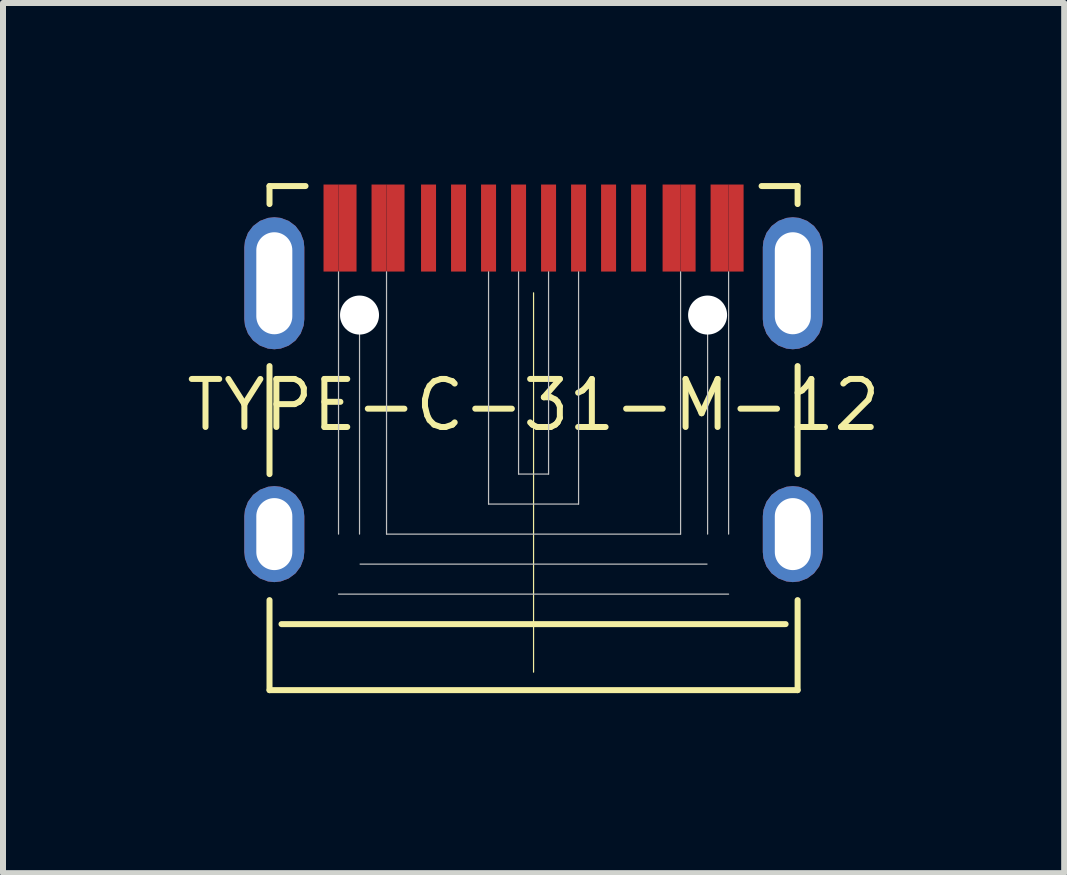
<source format=kicad_pcb>
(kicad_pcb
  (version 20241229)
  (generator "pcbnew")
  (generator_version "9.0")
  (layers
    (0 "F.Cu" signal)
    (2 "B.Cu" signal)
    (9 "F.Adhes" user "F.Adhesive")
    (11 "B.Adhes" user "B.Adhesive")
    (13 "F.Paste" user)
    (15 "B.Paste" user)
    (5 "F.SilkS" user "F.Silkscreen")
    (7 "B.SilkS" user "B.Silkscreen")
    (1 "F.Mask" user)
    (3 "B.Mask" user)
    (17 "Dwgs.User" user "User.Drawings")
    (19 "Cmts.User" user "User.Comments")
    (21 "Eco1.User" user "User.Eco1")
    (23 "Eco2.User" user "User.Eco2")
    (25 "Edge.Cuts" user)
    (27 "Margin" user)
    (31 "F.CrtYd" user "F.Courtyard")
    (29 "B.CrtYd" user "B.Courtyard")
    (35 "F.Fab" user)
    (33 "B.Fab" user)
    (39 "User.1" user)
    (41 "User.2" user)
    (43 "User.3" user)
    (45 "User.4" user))
  (footprint "TYPE-C-31-M-12"
    (layer "F.Cu")
    (at 5.841 5.85)
    (property "Reference" "TYPE-C-31-M-12" (at 0 -2.15 180) (layer "F.SilkS") (effects (font (size 0.8 0.8) (thickness 0.1))))
    (attr smd)
    (fp_line (start -4.4 -5.8) (end -4.4 -5.5) (stroke (width 0.1) (type default)) (layer "F.SilkS"))
    (fp_line (start -4.4 -5.8) (end -3.8 -5.8) (stroke (width 0.1) (type solid)) (layer "F.SilkS"))
    (fp_line (start -4.4 -2.8) (end -4.4 -1) (stroke (width 0.1) (type solid)) (layer "F.SilkS"))
    (fp_line (start -4.4 1.1) (end -4.4 2.6) (stroke (width 0.1) (type solid)) (layer "F.SilkS"))
    (fp_line (start 0 -4.02) (end 0 2.3) (stroke (width 0.02) (type solid)) (layer "F.SilkS"))
    (fp_line (start 3.8 -5.8) (end 4.4 -5.8) (stroke (width 0.1) (type solid)) (layer "F.SilkS"))
    (fp_line (start 4.2 1.5) (end -4.2 1.5) (stroke (width 0.1) (type solid)) (layer "F.SilkS"))
    (fp_line (start 4.4 -5.8) (end 4.4 -5.5) (stroke (width 0.1) (type default)) (layer "F.SilkS"))
    (fp_line (start 4.4 -2.8) (end 4.4 -1) (stroke (width 0.1) (type solid)) (layer "F.SilkS"))
    (fp_line (start 4.4 1.1) (end 4.4 2.6) (stroke (width 0.1) (type solid)) (layer "F.SilkS"))
    (fp_line (start 4.4 2.6) (end -4.4 2.6) (stroke (width 0.1) (type solid)) (layer "F.SilkS"))
    (fp_line (start -3.25 -4.37) (end -3.25 0) (stroke (width 0.02) (type solid)) (layer "Dwgs.User"))
    (fp_line (start -3.25 1) (end 3.25 1) (stroke (width 0.02) (type solid)) (layer "Dwgs.User"))
    (fp_line (start -2.9 -3.65) (end -2.9 0) (stroke (width 0.02) (type solid)) (layer "Dwgs.User"))
    (fp_line (start -2.89 0.5) (end 2.89 0.5) (stroke (width 0.02) (type solid)) (layer "Dwgs.User"))
    (fp_line (start -2.45 -4.37) (end -2.45 0) (stroke (width 0.02) (type solid)) (layer "Dwgs.User"))
    (fp_line (start -2.45 0) (end 2.45 0) (stroke (width 0.02) (type solid)) (layer "Dwgs.User"))
    (fp_line (start -0.75 -4.37) (end -0.75 -0.5) (stroke (width 0.02) (type solid)) (layer "Dwgs.User"))
    (fp_line (start -0.75 -0.5) (end 0.75 -0.5) (stroke (width 0.02) (type solid)) (layer "Dwgs.User"))
    (fp_line (start -0.25 -4.37) (end -0.25 -1) (stroke (width 0.02) (type solid)) (layer "Dwgs.User"))
    (fp_line (start -0.25 -1) (end 0.25 -1) (stroke (width 0.02) (type solid)) (layer "Dwgs.User"))
    (fp_line (start 0.25 -4.37) (end 0.25 -1) (stroke (width 0.02) (type solid)) (layer "Dwgs.User"))
    (fp_line (start 0.75 -4.37) (end 0.75 -0.5) (stroke (width 0.02) (type solid)) (layer "Dwgs.User"))
    (fp_line (start 2.45 -4.37) (end 2.45 0) (stroke (width 0.02) (type solid)) (layer "Dwgs.User"))
    (fp_line (start 2.9 -3.65) (end 2.9 0) (stroke (width 0.02) (type solid)) (layer "Dwgs.User"))
    (fp_line (start 3.25 -4.37) (end 3.25 0) (stroke (width 0.02) (type solid)) (layer "Dwgs.User"))
    (pad "" np_thru_hole circle (at -2.9 -3.65) (size 0.65 0.65) (drill 0.65) (layers "*.Cu" "*.Mask"))
    (pad "" np_thru_hole circle (at 2.9 -3.65) (size 0.65 0.65) (drill 0.65) (layers "*.Cu" "*.Mask"))
    (pad "A1" smd rect (at -3.375 -5.1) (size 0.25 1.45) (layers "F.Cu" "F.Mask" "F.Paste"))
    (pad "A4" smd rect (at -2.575 -5.1) (size 0.25 1.45) (layers "F.Cu" "F.Mask" "F.Paste"))
    (pad "A5" smd rect (at -1.25 -5.1) (size 0.25 1.45) (layers "F.Cu" "F.Mask" "F.Paste"))
    (pad "A6" smd rect (at -0.25 -5.1) (size 0.25 1.45) (layers "F.Cu" "F.Mask" "F.Paste"))
    (pad "A7" smd rect (at 0.25 -5.1) (size 0.25 1.45) (layers "F.Cu" "F.Mask" "F.Paste"))
    (pad "A8" smd rect (at 1.25 -5.1) (size 0.25 1.45) (layers "F.Cu" "F.Mask" "F.Paste"))
    (pad "A9" smd rect (at 2.575 -5.1) (size 0.25 1.45) (layers "F.Cu" "F.Mask" "F.Paste"))
    (pad "A12" smd rect (at 3.375 -5.1) (size 0.25 1.45) (layers "F.Cu" "F.Mask" "F.Paste"))
    (pad "B1" smd rect (at 3.1 -5.1) (size 0.3 1.45) (layers "F.Cu" "F.Mask" "F.Paste"))
    (pad "B4" smd rect (at 2.3 -5.1) (size 0.3 1.45) (layers "F.Cu" "F.Mask" "F.Paste"))
    (pad "B5" smd rect (at 1.75 -5.1) (size 0.25 1.45) (layers "F.Cu" "F.Mask" "F.Paste"))
    (pad "B6" smd rect (at 0.75 -5.1) (size 0.25 1.45) (layers "F.Cu" "F.Mask" "F.Paste"))
    (pad "B7" smd rect (at -0.75 -5.1) (size 0.25 1.45) (layers "F.Cu" "F.Mask" "F.Paste"))
    (pad "B8" smd rect (at -1.75 -5.1) (size 0.25 1.45) (layers "F.Cu" "F.Mask" "F.Paste"))
    (pad "B9" smd rect (at -2.3 -5.1) (size 0.3 1.45) (layers "F.Cu" "F.Mask" "F.Paste"))
    (pad "B12" smd rect (at -3.1 -5.1) (size 0.3 1.45) (layers "F.Cu" "F.Mask" "F.Paste"))
    (pad "S1" thru_hole roundrect (at -4.32 -4.18) (size 1 2.2) (drill oval 0.6 1.7) (layers "*.Cu" "*.Mask") (roundrect_rratio 0.5))
    (pad "S1" thru_hole roundrect (at -4.32 0) (size 1 1.6) (drill oval 0.6 1.2) (layers "*.Cu" "*.Mask") (roundrect_rratio 0.5))
    (pad "S1" thru_hole roundrect (at 4.32 -4.18) (size 1 2.2) (drill oval 0.6 1.7) (layers "*.Cu" "*.Mask") (roundrect_rratio 0.5))
    (pad "S1" thru_hole roundrect (at 4.32 0) (size 1 1.6) (drill oval 0.6 1.2) (layers "*.Cu" "*.Mask") (roundrect_rratio 0.5)))
  (gr_rect
    (start -3 -3)
    (end 14.683 11.5)
    (stroke (width 0.1) (type default))
    (fill no)
    (layer "Edge.Cuts")))
</source>
